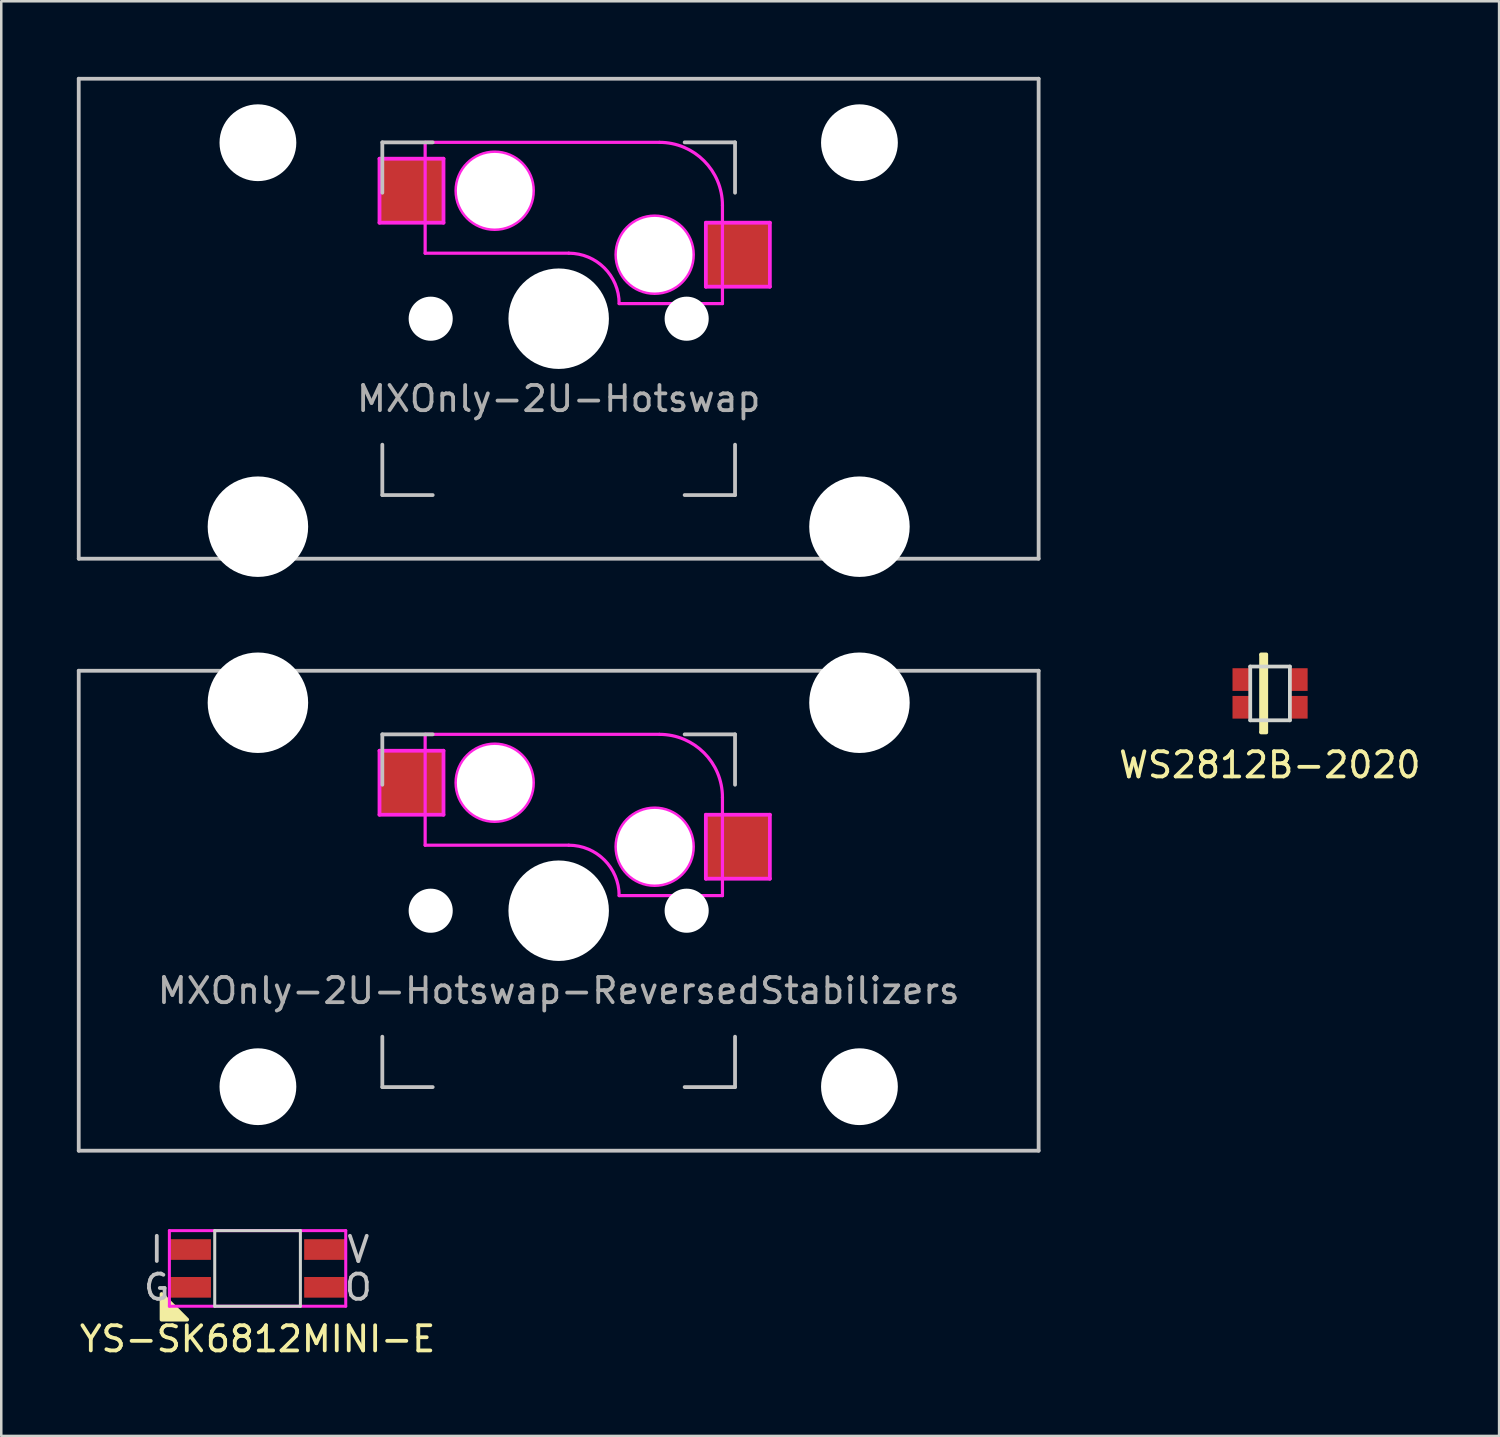
<source format=kicad_pcb>
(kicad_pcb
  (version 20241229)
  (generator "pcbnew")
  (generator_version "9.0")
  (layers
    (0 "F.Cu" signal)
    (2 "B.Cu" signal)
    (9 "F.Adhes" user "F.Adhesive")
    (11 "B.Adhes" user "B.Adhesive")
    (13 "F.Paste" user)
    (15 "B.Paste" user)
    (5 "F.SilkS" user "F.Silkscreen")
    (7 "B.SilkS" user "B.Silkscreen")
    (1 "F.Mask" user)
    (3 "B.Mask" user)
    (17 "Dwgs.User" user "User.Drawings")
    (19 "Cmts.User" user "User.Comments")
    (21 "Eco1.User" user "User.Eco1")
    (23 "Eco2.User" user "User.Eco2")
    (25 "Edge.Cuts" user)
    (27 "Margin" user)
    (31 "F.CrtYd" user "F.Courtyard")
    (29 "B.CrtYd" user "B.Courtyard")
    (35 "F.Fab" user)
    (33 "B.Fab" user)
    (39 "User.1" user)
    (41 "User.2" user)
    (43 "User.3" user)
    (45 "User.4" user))
  (footprint "YS-SK6812MINI-E"
    (layer "F.Cu")
    (at 7.173 47.296)
    (property "Reference" "YS-SK6812MINI-E" (at 0 2.8 0) (layer "F.SilkS") (effects (font (size 1 1) (thickness 0.15))))
    (attr through_hole)
    (fp_poly (pts (xy -3.81 1.016) (xy -2.794 2.032) (xy -3.81 2.032)) (stroke (width 0.15) (type solid)) (fill yes) (layer "F.SilkS"))
    (fp_line (start -1.7 -1.5) (end -1.7 1.5) (stroke (width 0.12) (type solid)) (layer "Edge.Cuts"))
    (fp_line (start -1.7 1.5) (end 1.7 1.5) (stroke (width 0.12) (type solid)) (layer "Edge.Cuts"))
    (fp_line (start 1.7 -1.5) (end -1.7 -1.5) (stroke (width 0.12) (type solid)) (layer "Edge.Cuts"))
    (fp_line (start 1.7 1.5) (end 1.7 -1.5) (stroke (width 0.12) (type solid)) (layer "Edge.Cuts"))
    (fp_line (start -3.5 -1.5) (end -3.5 1.5) (stroke (width 0.12) (type solid)) (layer "F.CrtYd"))
    (fp_line (start -3.5 1.5) (end 3.5 1.5) (stroke (width 0.12) (type solid)) (layer "F.CrtYd"))
    (fp_line (start 3.5 -1.5) (end -3.5 -1.5) (stroke (width 0.12) (type solid)) (layer "F.CrtYd"))
    (fp_line (start 3.5 1.5) (end 3.5 -1.5) (stroke (width 0.12) (type solid)) (layer "F.CrtYd"))
    (fp_text user "I" (at -4 -0.75 0) (layer "Dwgs.User") (effects (font (size 1 1) (thickness 0.15))))
    (fp_text user "O" (at 4 0.75 0) (layer "Dwgs.User") (effects (font (size 1 1) (thickness 0.15))))
    (fp_text user "G" (at -4 0.75 0) (layer "Dwgs.User") (effects (font (size 1 1) (thickness 0.15))))
    (fp_text user "V" (at 4 -0.75 0) (layer "Dwgs.User") (effects (font (size 1 1) (thickness 0.15))))
    (pad "1" smd rect (at 2.7 -0.75) (size 1.7 0.82) (layers "F.Cu" "F.Mask" "F.Paste"))
    (pad "2" smd rect (at 2.7 0.75) (size 1.7 0.82) (layers "F.Cu" "F.Mask" "F.Paste"))
    (pad "3" smd rect (at -2.7 0.75) (size 1.7 0.82) (layers "F.Cu" "F.Mask" "F.Paste"))
    (pad "4" smd rect (at -2.7 -0.75) (size 1.7 0.82) (layers "F.Cu" "F.Mask" "F.Paste")))
  (footprint "MXOnly-2U-Hotswap-ReversedStabilizers"
    (layer "F.Cu")
    (at 19.125 33.098)
    (property "Reference" "MXOnly-2U-Hotswap-ReversedStabilizers" (at 0 3.175 0) (layer "F.Fab") (effects (font (size 1 1) (thickness 0.15))))
    (attr smd)
    (fp_line (start -19.05 -9.525) (end -19.05 9.525) (stroke (width 0.15) (type solid)) (layer "Dwgs.User"))
    (fp_line (start -19.05 9.525) (end 19.05 9.525) (stroke (width 0.15) (type solid)) (layer "Dwgs.User"))
    (fp_line (start -7 -7) (end -7 -5) (stroke (width 0.15) (type solid)) (layer "Dwgs.User"))
    (fp_line (start -7 7) (end -7 5) (stroke (width 0.15) (type solid)) (layer "Dwgs.User"))
    (fp_line (start -5 -7) (end -7 -7) (stroke (width 0.15) (type solid)) (layer "Dwgs.User"))
    (fp_line (start -5 7) (end -7 7) (stroke (width 0.15) (type solid)) (layer "Dwgs.User"))
    (fp_line (start 5 -7) (end 7 -7) (stroke (width 0.15) (type solid)) (layer "Dwgs.User"))
    (fp_line (start 7 -7) (end 7 -5) (stroke (width 0.15) (type solid)) (layer "Dwgs.User"))
    (fp_line (start 7 5) (end 7 7) (stroke (width 0.15) (type solid)) (layer "Dwgs.User"))
    (fp_line (start 7 7) (end 5 7) (stroke (width 0.15) (type solid)) (layer "Dwgs.User"))
    (fp_line (start 19.05 -9.525) (end -19.05 -9.525) (stroke (width 0.15) (type solid)) (layer "Dwgs.User"))
    (fp_line (start 19.05 9.525) (end 19.05 -9.525) (stroke (width 0.15) (type solid)) (layer "Dwgs.User"))
    (fp_line (start -7.112 -6.35) (end -7.112 -3.81) (stroke (width 0.15) (type solid)) (layer "F.CrtYd"))
    (fp_line (start -7.112 -3.81) (end -4.572 -3.81) (stroke (width 0.15) (type solid)) (layer "F.CrtYd"))
    (fp_line (start -5.3 -7) (end -5.3 -2.6) (stroke (width 0.127) (type solid)) (layer "F.CrtYd"))
    (fp_line (start -5.3 -7) (end 4 -7) (stroke (width 0.127) (type solid)) (layer "F.CrtYd"))
    (fp_line (start -4.572 -6.35) (end -7.112 -6.35) (stroke (width 0.15) (type solid)) (layer "F.CrtYd"))
    (fp_line (start -4.572 -3.81) (end -4.572 -6.35) (stroke (width 0.15) (type solid)) (layer "F.CrtYd"))
    (fp_line (start 0.4 -2.6) (end -5.3 -2.6) (stroke (width 0.127) (type solid)) (layer "F.CrtYd"))
    (fp_line (start 5.842 -3.81) (end 5.842 -1.27) (stroke (width 0.15) (type solid)) (layer "F.CrtYd"))
    (fp_line (start 5.842 -1.27) (end 8.382 -1.27) (stroke (width 0.15) (type solid)) (layer "F.CrtYd"))
    (fp_line (start 6.5 -4.5) (end 6.5 -0.6) (stroke (width 0.127) (type solid)) (layer "F.CrtYd"))
    (fp_line (start 6.5 -0.6) (end 2.4 -0.6) (stroke (width 0.127) (type solid)) (layer "F.CrtYd"))
    (fp_line (start 8.382 -3.81) (end 5.842 -3.81) (stroke (width 0.15) (type solid)) (layer "F.CrtYd"))
    (fp_line (start 8.382 -1.27) (end 8.382 -3.81) (stroke (width 0.15) (type solid)) (layer "F.CrtYd"))
    (fp_arc (start 0.4 -2.6) (mid 1.814214 -2.014214) (end 2.4 -0.6) (stroke (width 0.127) (type solid)) (layer "F.CrtYd"))
    (fp_arc (start 4 -7) (mid 5.767767 -6.267767) (end 6.5 -4.5) (stroke (width 0.127) (type solid)) (layer "F.CrtYd"))
    (fp_circle (center -2.54 -5.08) (end -2.54 -6.604) (stroke (width 0.15) (type solid)) (fill no) (layer "F.CrtYd"))
    (fp_circle (center 3.81 -2.54) (end 3.81 -4.064) (stroke (width 0.15) (type solid)) (fill no) (layer "F.CrtYd"))
    (pad "" np_thru_hole circle (at -11.938 -8.255) (size 3.988 3.988) (drill 3.988) (layers "*.Cu" "*.Mask"))
    (pad "" np_thru_hole circle (at -11.938 6.985) (size 3.048 3.048) (drill 3.048) (layers "*.Cu" "*.Mask"))
    (pad "" np_thru_hole circle (at -5.08 0 311.9) (size 1.75 1.75) (drill 1.75) (layers "*.Cu" "*.Mask"))
    (pad "" np_thru_hole circle (at -2.54 -5.08) (size 3 3) (drill 3) (layers "*.Cu" "*.Mask"))
    (pad "" np_thru_hole circle (at 0 0) (size 3.988 3.988) (drill 3.988) (layers "*.Cu" "*.Mask"))
    (pad "" np_thru_hole circle (at 3.81 -2.54) (size 3 3) (drill 3) (layers "*.Cu" "*.Mask"))
    (pad "" np_thru_hole circle (at 5.08 0 311.9) (size 1.75 1.75) (drill 1.75) (layers "*.Cu" "*.Mask"))
    (pad "" np_thru_hole circle (at 11.938 -8.255) (size 3.988 3.988) (drill 3.988) (layers "*.Cu" "*.Mask"))
    (pad "" np_thru_hole circle (at 11.938 6.985) (size 3.048 3.048) (drill 3.048) (layers "*.Cu" "*.Mask"))
    (pad "1" smd rect (at 7.085 -2.54) (size 2.55 2.5) (layers "F.Cu" "F.Mask" "F.Paste"))
    (pad "2" smd rect (at -5.842 -5.08) (size 2.55 2.5) (layers "F.Cu" "F.Mask" "F.Paste")))
  (footprint "MXOnly-2U-Hotswap"
    (layer "F.Cu")
    (at 19.125 9.6)
    (property "Reference" "MXOnly-2U-Hotswap" (at 0 3.175 0) (layer "F.Fab") (effects (font (size 1 1) (thickness 0.15))))
    (attr smd)
    (fp_line (start -19.05 -9.525) (end -19.05 9.525) (stroke (width 0.15) (type solid)) (layer "Dwgs.User"))
    (fp_line (start -19.05 9.525) (end 19.05 9.525) (stroke (width 0.15) (type solid)) (layer "Dwgs.User"))
    (fp_line (start -7 -7) (end -7 -5) (stroke (width 0.15) (type solid)) (layer "Dwgs.User"))
    (fp_line (start -7 7) (end -7 5) (stroke (width 0.15) (type solid)) (layer "Dwgs.User"))
    (fp_line (start -5 -7) (end -7 -7) (stroke (width 0.15) (type solid)) (layer "Dwgs.User"))
    (fp_line (start -5 7) (end -7 7) (stroke (width 0.15) (type solid)) (layer "Dwgs.User"))
    (fp_line (start 5 -7) (end 7 -7) (stroke (width 0.15) (type solid)) (layer "Dwgs.User"))
    (fp_line (start 7 -7) (end 7 -5) (stroke (width 0.15) (type solid)) (layer "Dwgs.User"))
    (fp_line (start 7 5) (end 7 7) (stroke (width 0.15) (type solid)) (layer "Dwgs.User"))
    (fp_line (start 7 7) (end 5 7) (stroke (width 0.15) (type solid)) (layer "Dwgs.User"))
    (fp_line (start 19.05 -9.525) (end -19.05 -9.525) (stroke (width 0.15) (type solid)) (layer "Dwgs.User"))
    (fp_line (start 19.05 9.525) (end 19.05 -9.525) (stroke (width 0.15) (type solid)) (layer "Dwgs.User"))
    (fp_line (start -7.112 -6.35) (end -7.112 -3.81) (stroke (width 0.15) (type solid)) (layer "F.CrtYd"))
    (fp_line (start -7.112 -3.81) (end -4.572 -3.81) (stroke (width 0.15) (type solid)) (layer "F.CrtYd"))
    (fp_line (start -5.3 -7) (end -5.3 -2.6) (stroke (width 0.127) (type solid)) (layer "F.CrtYd"))
    (fp_line (start -5.3 -7) (end 4 -7) (stroke (width 0.127) (type solid)) (layer "F.CrtYd"))
    (fp_line (start -4.572 -6.35) (end -7.112 -6.35) (stroke (width 0.15) (type solid)) (layer "F.CrtYd"))
    (fp_line (start -4.572 -3.81) (end -4.572 -6.35) (stroke (width 0.15) (type solid)) (layer "F.CrtYd"))
    (fp_line (start 0.4 -2.6) (end -5.3 -2.6) (stroke (width 0.127) (type solid)) (layer "F.CrtYd"))
    (fp_line (start 5.842 -3.81) (end 5.842 -1.27) (stroke (width 0.15) (type solid)) (layer "F.CrtYd"))
    (fp_line (start 5.842 -1.27) (end 8.382 -1.27) (stroke (width 0.15) (type solid)) (layer "F.CrtYd"))
    (fp_line (start 6.5 -4.5) (end 6.5 -0.6) (stroke (width 0.127) (type solid)) (layer "F.CrtYd"))
    (fp_line (start 6.5 -0.6) (end 2.4 -0.6) (stroke (width 0.127) (type solid)) (layer "F.CrtYd"))
    (fp_line (start 8.382 -3.81) (end 5.842 -3.81) (stroke (width 0.15) (type solid)) (layer "F.CrtYd"))
    (fp_line (start 8.382 -1.27) (end 8.382 -3.81) (stroke (width 0.15) (type solid)) (layer "F.CrtYd"))
    (fp_arc (start 0.4 -2.6) (mid 1.814214 -2.014214) (end 2.4 -0.6) (stroke (width 0.127) (type solid)) (layer "F.CrtYd"))
    (fp_arc (start 4 -7) (mid 5.767767 -6.267767) (end 6.5 -4.5) (stroke (width 0.127) (type solid)) (layer "F.CrtYd"))
    (fp_circle (center -2.54 -5.08) (end -2.54 -6.604) (stroke (width 0.15) (type solid)) (fill no) (layer "F.CrtYd"))
    (fp_circle (center 3.81 -2.54) (end 3.81 -4.064) (stroke (width 0.15) (type solid)) (fill no) (layer "F.CrtYd"))
    (pad "" np_thru_hole circle (at -11.938 -6.985) (size 3.048 3.048) (drill 3.048) (layers "*.Cu" "*.Mask"))
    (pad "" np_thru_hole circle (at -11.938 8.255) (size 3.988 3.988) (drill 3.988) (layers "*.Cu" "*.Mask"))
    (pad "" np_thru_hole circle (at -5.08 0 311.9) (size 1.75 1.75) (drill 1.75) (layers "*.Cu" "*.Mask"))
    (pad "" np_thru_hole circle (at -2.54 -5.08) (size 3 3) (drill 3) (layers "*.Cu" "*.Mask"))
    (pad "" np_thru_hole circle (at 0 0) (size 3.988 3.988) (drill 3.988) (layers "*.Cu" "*.Mask"))
    (pad "" np_thru_hole circle (at 3.81 -2.54) (size 3 3) (drill 3) (layers "*.Cu" "*.Mask"))
    (pad "" np_thru_hole circle (at 5.08 0 311.9) (size 1.75 1.75) (drill 1.75) (layers "*.Cu" "*.Mask"))
    (pad "" np_thru_hole circle (at 11.938 -6.985) (size 3.048 3.048) (drill 3.048) (layers "*.Cu" "*.Mask"))
    (pad "" np_thru_hole circle (at 11.938 8.255) (size 3.988 3.988) (drill 3.988) (layers "*.Cu" "*.Mask"))
    (pad "1" smd rect (at 7.085 -2.54) (size 2.55 2.5) (layers "F.Cu" "F.Mask" "F.Paste"))
    (pad "2" smd rect (at -5.842 -5.08) (size 2.55 2.5) (layers "F.Cu" "F.Mask" "F.Paste")))
  (footprint "WS2812B-2020"
    (layer "F.Cu")
    (at 47.361 24.473)
    (property "Reference" "WS2812B-2020" (at -0.01 2.84 0) (layer "F.SilkS") (effects (font (size 1 1) (thickness 0.15))))
    (attr smd)
    (fp_line (start -0.356 -1.524) (end -0.356 1.524) (stroke (width 0.15) (type solid)) (layer "F.SilkS"))
    (fp_line (start -0.254 1.524) (end -0.254 -1.524) (stroke (width 0.15) (type solid)) (layer "F.SilkS"))
    (fp_line (start -0.152 -1.549) (end -0.356 -1.549) (stroke (width 0.15) (type solid)) (layer "F.SilkS"))
    (fp_line (start -0.152 -1.524) (end -0.152 1.524) (stroke (width 0.15) (type solid)) (layer "F.SilkS"))
    (fp_line (start -0.152 1.549) (end -0.356 1.549) (stroke (width 0.15) (type solid)) (layer "F.SilkS"))
    (fp_line (start -0.787 -1.067) (end -0.787 1.067) (stroke (width 0.15) (type solid)) (layer "Edge.Cuts"))
    (fp_line (start -0.787 1.067) (end 0.787 1.067) (stroke (width 0.15) (type solid)) (layer "Edge.Cuts"))
    (fp_line (start 0.787 -1.067) (end -0.787 -1.067) (stroke (width 0.15) (type solid)) (layer "Edge.Cuts"))
    (fp_line (start 0.787 1.067) (end 0.787 -1.067) (stroke (width 0.15) (type solid)) (layer "Edge.Cuts"))
    (pad "1" smd rect (at 1.144 0.55) (size 0.694 0.9) (layers "F.Cu" "F.Mask" "F.Paste"))
    (pad "2" smd rect (at -1.144 0.55) (size 0.694 0.9) (layers "F.Cu" "F.Mask" "F.Paste"))
    (pad "3" smd rect (at -1.144 -0.55) (size 0.694 0.9) (layers "F.Cu" "F.Mask" "F.Paste"))
    (pad "4" smd rect (at 1.144 -0.55) (size 0.694 0.9) (layers "F.Cu" "F.Mask" "F.Paste")))
  (gr_rect
    (start -3 -3)
    (end 56.452 53.944)
    (stroke (width 0.1) (type default))
    (fill no)
    (layer "Edge.Cuts")))
</source>
